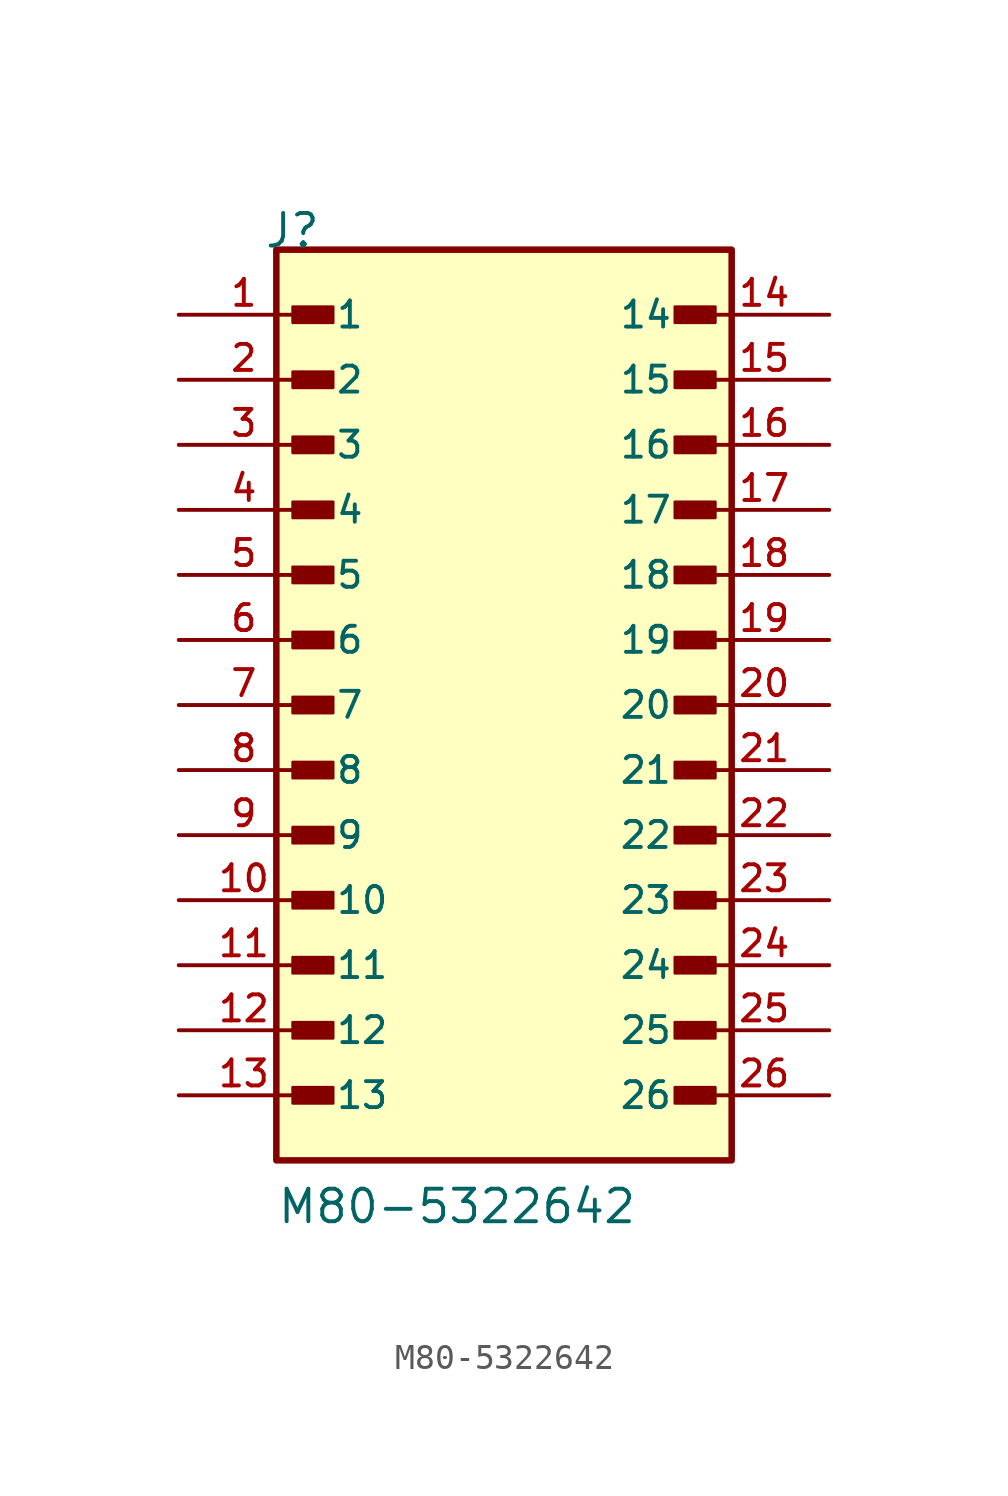
<source format=kicad_sym>
(kicad_symbol_lib
  (version 20211014)
  (generator kicad_symbol_editor)
  (symbol "M80-5322642"
    (pin_names
      (offset 1.016))
    (property "Reference" "J"
      (at -9.39 17.78 0)
      (effects (font (size 1.27 1.27)) (justify bottom left)))
    (property "Value" "M80-5322642"
      (at -8.89 -20.32 0)
      (effects (font (size 1.27 1.27)) (justify bottom left)))
    (symbol "M80-5322642_0_0"
      (rectangle (start -8.255 14.922) (end -6.668 15.557) (stroke (width 0.1)) (fill (type outline)))
      (rectangle (start -8.255 12.383) (end -6.668 13.018) (stroke (width 0.1)) (fill (type outline)))
      (rectangle (start -8.255 9.842) (end -6.668 10.477) (stroke (width 0.1)) (fill (type outline)))
      (rectangle (start -8.255 7.303) (end -6.668 7.938) (stroke (width 0.1)) (fill (type outline)))
      (rectangle (start -8.255 4.763) (end -6.668 5.397) (stroke (width 0.1)) (fill (type outline)))
      (rectangle (start -8.255 2.223) (end -6.668 2.857) (stroke (width 0.1)) (fill (type outline)))
      (rectangle (start -8.255 -0.318) (end -6.668 0.318) (stroke (width 0.1)) (fill (type outline)))
      (rectangle (start -8.255 -2.857) (end -6.668 -2.223) (stroke (width 0.1)) (fill (type outline)))
      (rectangle (start -8.255 -5.397) (end -6.668 -4.763) (stroke (width 0.1)) (fill (type outline)))
      (rectangle (start -8.255 -7.938) (end -6.668 -7.303) (stroke (width 0.1)) (fill (type outline)))
      (rectangle (start -8.255 -10.477) (end -6.668 -9.842) (stroke (width 0.1)) (fill (type outline)))
      (rectangle (start -8.255 -13.018) (end -6.668 -12.383) (stroke (width 0.1)) (fill (type outline)))
      (rectangle (start -8.255 -15.557) (end -6.668 -14.922) (stroke (width 0.1)) (fill (type outline)))
      (rectangle (start 8.255 14.922) (end 6.668 15.557) (stroke (width 0.1)) (fill (type outline)))
      (rectangle (start 8.255 12.383) (end 6.668 13.018) (stroke (width 0.1)) (fill (type outline)))
      (rectangle (start 8.255 9.842) (end 6.668 10.477) (stroke (width 0.1)) (fill (type outline)))
      (rectangle (start 8.255 7.303) (end 6.668 7.938) (stroke (width 0.1)) (fill (type outline)))
      (rectangle (start 8.255 4.763) (end 6.668 5.397) (stroke (width 0.1)) (fill (type outline)))
      (rectangle (start 8.255 2.223) (end 6.668 2.857) (stroke (width 0.1)) (fill (type outline)))
      (rectangle (start 8.255 -0.318) (end 6.668 0.318) (stroke (width 0.1)) (fill (type outline)))
      (rectangle (start 8.255 -2.857) (end 6.668 -2.223) (stroke (width 0.1)) (fill (type outline)))
      (rectangle (start 8.255 -5.397) (end 6.668 -4.763) (stroke (width 0.1)) (fill (type outline)))
      (rectangle (start 8.255 -7.938) (end 6.668 -7.303) (stroke (width 0.1)) (fill (type outline)))
      (rectangle (start 8.255 -10.477) (end 6.668 -9.842) (stroke (width 0.1)) (fill (type outline)))
      (rectangle (start 8.255 -13.018) (end 6.668 -12.383) (stroke (width 0.1)) (fill (type outline)))
      (rectangle (start 8.255 -15.557) (end 6.668 -14.922) (stroke (width 0.1)) (fill (type outline)))
      (rectangle (start -8.89 -17.78) (end 8.89 17.78) (stroke (width 0.254)) (fill (type background)))
      (pin passive line (at -12.7 15.24 0) (length 5.08) (name "1" (effects (font (size 1.016 1.016)))) (number "1" (effects (font (size 1.016 1.016)))))
      (pin passive line (at -12.7 12.7 0) (length 5.08) (name "2" (effects (font (size 1.016 1.016)))) (number "2" (effects (font (size 1.016 1.016)))))
      (pin passive line (at -12.7 10.16 0) (length 5.08) (name "3" (effects (font (size 1.016 1.016)))) (number "3" (effects (font (size 1.016 1.016)))))
      (pin passive line (at -12.7 7.62 0) (length 5.08) (name "4" (effects (font (size 1.016 1.016)))) (number "4" (effects (font (size 1.016 1.016)))))
      (pin passive line (at -12.7 5.08 0) (length 5.08) (name "5" (effects (font (size 1.016 1.016)))) (number "5" (effects (font (size 1.016 1.016)))))
      (pin passive line (at -12.7 2.54 0) (length 5.08) (name "6" (effects (font (size 1.016 1.016)))) (number "6" (effects (font (size 1.016 1.016)))))
      (pin passive line (at -12.7 0.0 0) (length 5.08) (name "7" (effects (font (size 1.016 1.016)))) (number "7" (effects (font (size 1.016 1.016)))))
      (pin passive line (at -12.7 -2.54 0) (length 5.08) (name "8" (effects (font (size 1.016 1.016)))) (number "8" (effects (font (size 1.016 1.016)))))
      (pin passive line (at -12.7 -5.08 0) (length 5.08) (name "9" (effects (font (size 1.016 1.016)))) (number "9" (effects (font (size 1.016 1.016)))))
      (pin passive line (at -12.7 -7.62 0) (length 5.08) (name "10" (effects (font (size 1.016 1.016)))) (number "10" (effects (font (size 1.016 1.016)))))
      (pin passive line (at -12.7 -10.16 0) (length 5.08) (name "11" (effects (font (size 1.016 1.016)))) (number "11" (effects (font (size 1.016 1.016)))))
      (pin passive line (at -12.7 -12.7 0) (length 5.08) (name "12" (effects (font (size 1.016 1.016)))) (number "12" (effects (font (size 1.016 1.016)))))
      (pin passive line (at -12.7 -15.24 0) (length 5.08) (name "13" (effects (font (size 1.016 1.016)))) (number "13" (effects (font (size 1.016 1.016)))))
      (pin passive line (at 12.7 15.24 180.0) (length 5.08) (name "14" (effects (font (size 1.016 1.016)))) (number "14" (effects (font (size 1.016 1.016)))))
      (pin passive line (at 12.7 12.7 180.0) (length 5.08) (name "15" (effects (font (size 1.016 1.016)))) (number "15" (effects (font (size 1.016 1.016)))))
      (pin passive line (at 12.7 10.16 180.0) (length 5.08) (name "16" (effects (font (size 1.016 1.016)))) (number "16" (effects (font (size 1.016 1.016)))))
      (pin passive line (at 12.7 7.62 180.0) (length 5.08) (name "17" (effects (font (size 1.016 1.016)))) (number "17" (effects (font (size 1.016 1.016)))))
      (pin passive line (at 12.7 5.08 180.0) (length 5.08) (name "18" (effects (font (size 1.016 1.016)))) (number "18" (effects (font (size 1.016 1.016)))))
      (pin passive line (at 12.7 2.54 180.0) (length 5.08) (name "19" (effects (font (size 1.016 1.016)))) (number "19" (effects (font (size 1.016 1.016)))))
      (pin passive line (at 12.7 0.0 180.0) (length 5.08) (name "20" (effects (font (size 1.016 1.016)))) (number "20" (effects (font (size 1.016 1.016)))))
      (pin passive line (at 12.7 -2.54 180.0) (length 5.08) (name "21" (effects (font (size 1.016 1.016)))) (number "21" (effects (font (size 1.016 1.016)))))
      (pin passive line (at 12.7 -5.08 180.0) (length 5.08) (name "22" (effects (font (size 1.016 1.016)))) (number "22" (effects (font (size 1.016 1.016)))))
      (pin passive line (at 12.7 -7.62 180.0) (length 5.08) (name "23" (effects (font (size 1.016 1.016)))) (number "23" (effects (font (size 1.016 1.016)))))
      (pin passive line (at 12.7 -10.16 180.0) (length 5.08) (name "24" (effects (font (size 1.016 1.016)))) (number "24" (effects (font (size 1.016 1.016)))))
      (pin passive line (at 12.7 -12.7 180.0) (length 5.08) (name "25" (effects (font (size 1.016 1.016)))) (number "25" (effects (font (size 1.016 1.016)))))
      (pin passive line (at 12.7 -15.24 180.0) (length 5.08) (name "26" (effects (font (size 1.016 1.016)))) (number "26" (effects (font (size 1.016 1.016))))))))
</source>
